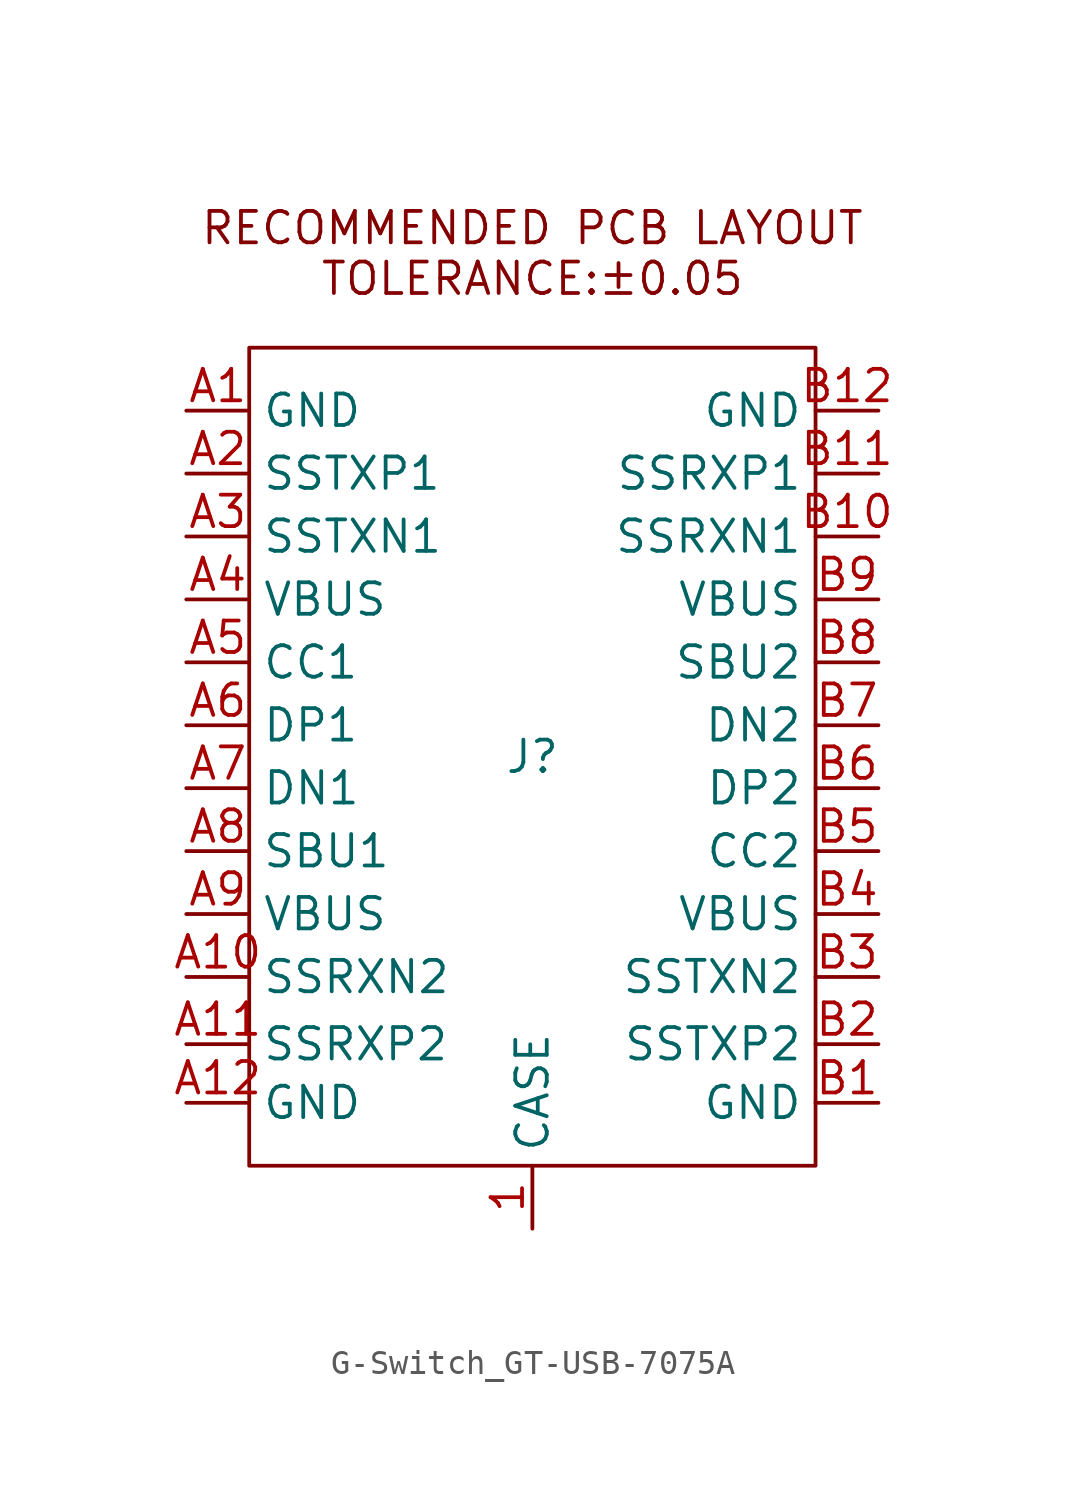
<source format=kicad_sym>
(kicad_symbol_lib
  (version 20241209)
  (generator "kicad_symbol_editor")
  (generator_version "9.0")
  (symbol "G-Switch_GT-USB-7075A"
    (property "Reference" "J"
      (at 0 0 0)
      (effects (font (size 1.27 1.27))))
    (property "Value" ""
      (at 0 0 0)
      (effects (font (size 1.27 1.27))))
    (symbol "G-Switch_GT-USB-7075A_0_1"
      (rectangle (start -11.43 16.51) (end 11.43 -16.51) (stroke (width 0) (type default)) (fill (type none))))
    (symbol "G-Switch_GT-USB-7075A_1_1"
      (text "RECOMMENDED PCB LAYOUT\nTOLERANCE:±0.05" (at 0 20.32 0) (effects (font (size 1.27 1.27))))
      (pin input line (at -13.97 13.97 0) (length 2.54) (name "GND" (effects (font (size 1.27 1.27)))) (number "A1" (effects (font (size 1.27 1.27)))))
      (pin input line (at -13.97 11.43 0) (length 2.54) (name "SSTXP1" (effects (font (size 1.27 1.27)))) (number "A2" (effects (font (size 1.27 1.27)))))
      (pin input line (at -13.97 8.89 0) (length 2.54) (name "SSTXN1" (effects (font (size 1.27 1.27)))) (number "A3" (effects (font (size 1.27 1.27)))))
      (pin input line (at -13.97 6.35 0) (length 2.54) (name "VBUS" (effects (font (size 1.27 1.27)))) (number "A4" (effects (font (size 1.27 1.27)))))
      (pin input line (at -13.97 3.81 0) (length 2.54) (name "CC1" (effects (font (size 1.27 1.27)))) (number "A5" (effects (font (size 1.27 1.27)))))
      (pin input line (at -13.97 1.27 0) (length 2.54) (name "DP1" (effects (font (size 1.27 1.27)))) (number "A6" (effects (font (size 1.27 1.27)))))
      (pin input line (at -13.97 -1.27 0) (length 2.54) (name "DN1" (effects (font (size 1.27 1.27)))) (number "A7" (effects (font (size 1.27 1.27)))))
      (pin input line (at -13.97 -3.81 0) (length 2.54) (name "SBU1" (effects (font (size 1.27 1.27)))) (number "A8" (effects (font (size 1.27 1.27)))))
      (pin input line (at -13.97 -6.35 0) (length 2.54) (name "VBUS" (effects (font (size 1.27 1.27)))) (number "A9" (effects (font (size 1.27 1.27)))))
      (pin input line (at -13.97 -8.89 0) (length 2.54) (name "SSRXN2" (effects (font (size 1.27 1.27)))) (number "A10" (effects (font (size 1.27 1.27)))))
      (pin input line (at -13.97 -11.603 0) (length 2.54) (name "SSRXP2" (effects (font (size 1.27 1.27)))) (number "A11" (effects (font (size 1.27 1.27)))))
      (pin input line (at -13.97 -13.97 0) (length 2.54) (name "GND" (effects (font (size 1.27 1.27)))) (number "A12" (effects (font (size 1.27 1.27)))))
      (pin input line (at 0 -19.05 90) (length 2.54) (name "CASE" (effects (font (size 1.27 1.27)))) (number "1" (effects (font (size 1.27 1.27)))))
      (pin input line (at 13.97 13.97 180) (length 2.54) (name "GND" (effects (font (size 1.27 1.27)))) (number "B12" (effects (font (size 1.27 1.27)))))
      (pin input line (at 13.97 11.43 180) (length 2.54) (name "SSRXP1" (effects (font (size 1.27 1.27)))) (number "B11" (effects (font (size 1.27 1.27)))))
      (pin input line (at 13.97 8.89 180) (length 2.54) (name "SSRXN1" (effects (font (size 1.27 1.27)))) (number "B10" (effects (font (size 1.27 1.27)))))
      (pin input line (at 13.97 6.35 180) (length 2.54) (name "VBUS" (effects (font (size 1.27 1.27)))) (number "B9" (effects (font (size 1.27 1.27)))))
      (pin input line (at 13.97 3.81 180) (length 2.54) (name "SBU2" (effects (font (size 1.27 1.27)))) (number "B8" (effects (font (size 1.27 1.27)))))
      (pin input line (at 13.97 1.27 180) (length 2.54) (name "DN2" (effects (font (size 1.27 1.27)))) (number "B7" (effects (font (size 1.27 1.27)))))
      (pin input line (at 13.97 -1.27 180) (length 2.54) (name "DP2" (effects (font (size 1.27 1.27)))) (number "B6" (effects (font (size 1.27 1.27)))))
      (pin input line (at 13.97 -3.81 180) (length 2.54) (name "CC2" (effects (font (size 1.27 1.27)))) (number "B5" (effects (font (size 1.27 1.27)))))
      (pin input line (at 13.97 -6.35 180) (length 2.54) (name "VBUS" (effects (font (size 1.27 1.27)))) (number "B4" (effects (font (size 1.27 1.27)))))
      (pin input line (at 13.97 -8.89 180) (length 2.54) (name "SSTXN2" (effects (font (size 1.27 1.27)))) (number "B3" (effects (font (size 1.27 1.27)))))
      (pin input line (at 13.97 -11.603 180) (length 2.54) (name "SSTXP2" (effects (font (size 1.27 1.27)))) (number "B2" (effects (font (size 1.27 1.27)))))
      (pin input line (at 13.97 -13.97 180) (length 2.54) (name "GND" (effects (font (size 1.27 1.27)))) (number "B1" (effects (font (size 1.27 1.27))))))))
</source>
